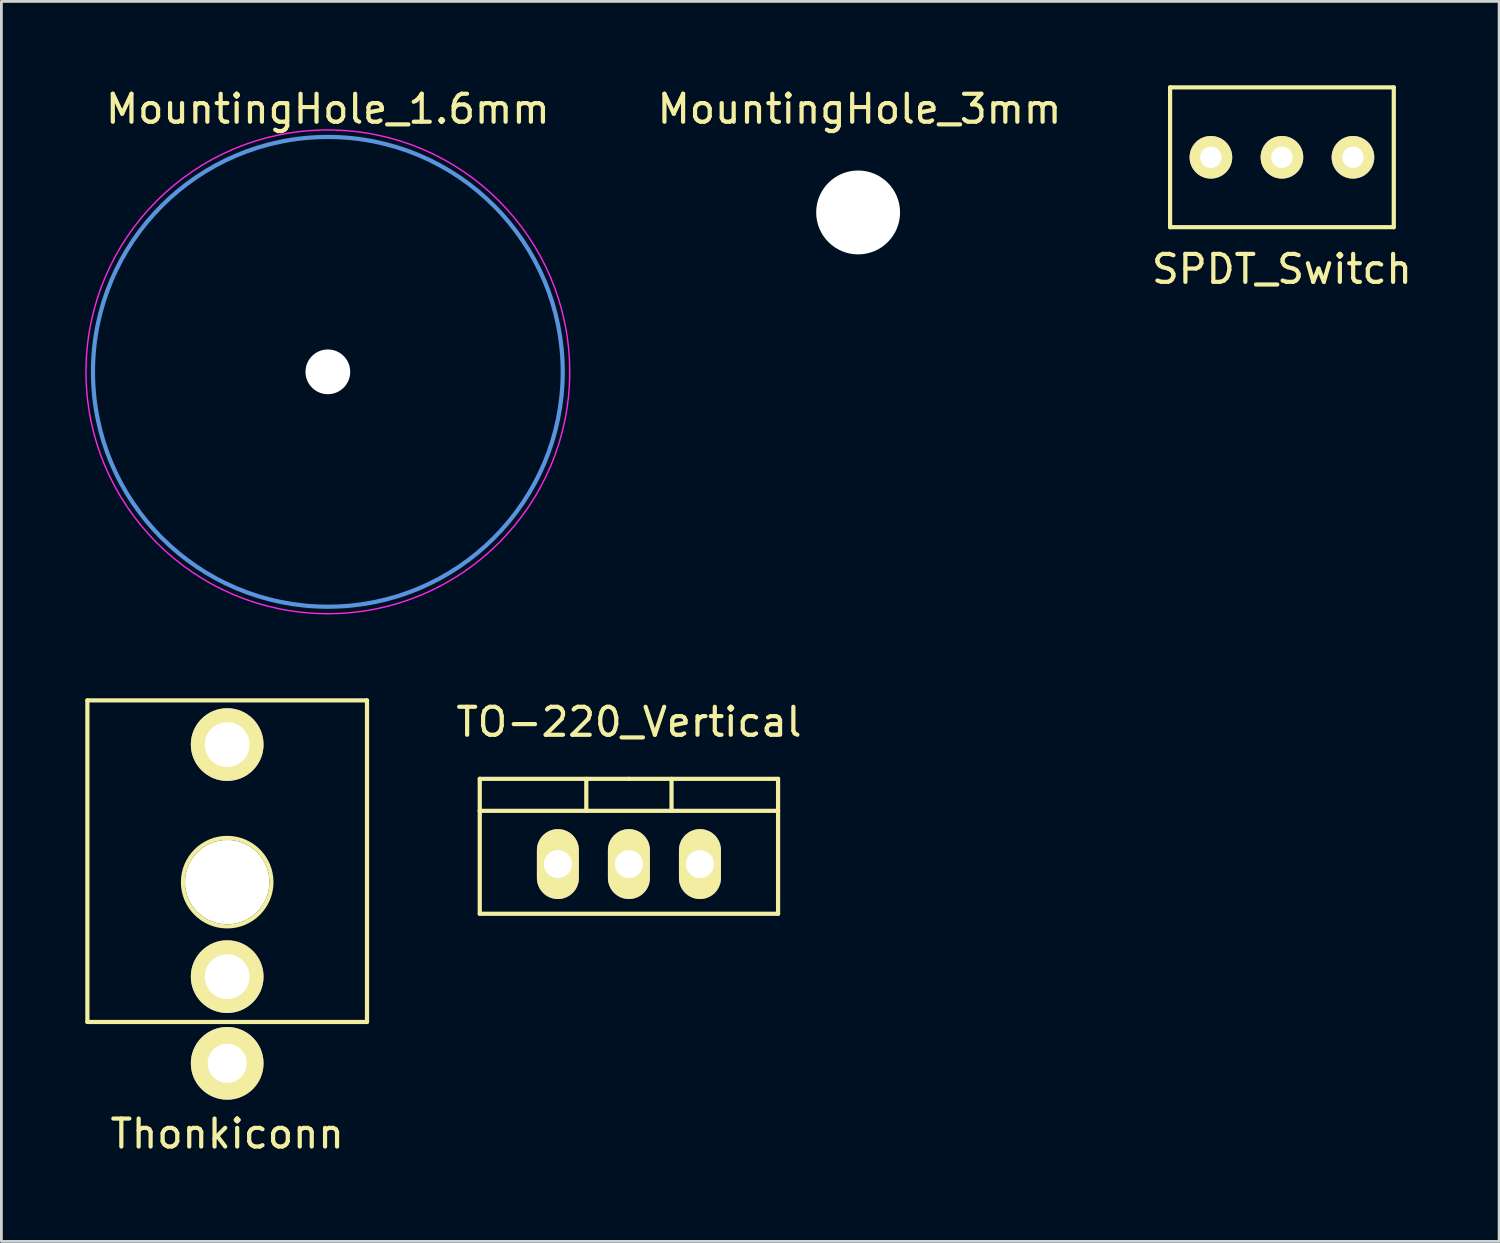
<source format=kicad_pcb>
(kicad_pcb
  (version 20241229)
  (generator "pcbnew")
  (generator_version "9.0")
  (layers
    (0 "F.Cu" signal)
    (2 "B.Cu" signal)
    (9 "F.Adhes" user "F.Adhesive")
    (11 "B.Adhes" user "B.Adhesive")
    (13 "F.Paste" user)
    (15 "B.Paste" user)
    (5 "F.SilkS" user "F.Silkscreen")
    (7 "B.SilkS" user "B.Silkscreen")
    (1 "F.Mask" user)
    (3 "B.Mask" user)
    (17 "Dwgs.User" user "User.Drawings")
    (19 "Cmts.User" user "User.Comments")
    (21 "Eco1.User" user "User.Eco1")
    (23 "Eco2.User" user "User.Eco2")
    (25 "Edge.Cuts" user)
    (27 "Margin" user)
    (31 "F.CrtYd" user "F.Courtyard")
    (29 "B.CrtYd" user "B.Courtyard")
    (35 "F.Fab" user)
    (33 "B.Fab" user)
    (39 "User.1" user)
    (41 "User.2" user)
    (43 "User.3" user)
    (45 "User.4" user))
  (footprint "Thonkiconn"
    (layer "F.Cu")
    (at 5.075 28.498)
    (property "Reference" "Thonkiconn" (at 0 9 0) (layer "F.SilkS") (effects (font (size 1 1) (thickness 0.15))))
    (attr through_hole)
    (fp_line (start -5 -6.5) (end -5 5) (stroke (width 0.15) (type solid)) (layer "F.SilkS"))
    (fp_line (start -5 5) (end 5 5) (stroke (width 0.15) (type solid)) (layer "F.SilkS"))
    (fp_line (start 5 -6.5) (end -5 -6.5) (stroke (width 0.15) (type solid)) (layer "F.SilkS"))
    (fp_line (start 5 5) (end 5 -6.5) (stroke (width 0.15) (type solid)) (layer "F.SilkS"))
    (fp_circle (center 0 0) (end 1.5 -0.5) (stroke (width 0.15) (type solid)) (fill no) (layer "F.SilkS"))
    (pad "" thru_hole circle (at 0 0) (size 3 3) (drill 3) (layers "*.Cu" "*.Mask" "F.SilkS"))
    (pad "1" thru_hole circle (at 0 6.48) (size 2.6 2.6) (drill 1.4) (layers "*.Cu" "*.Mask" "F.SilkS"))
    (pad "2" thru_hole circle (at 0 3.38) (size 2.6 2.6) (drill 1.6) (layers "*.Cu" "*.Mask" "F.SilkS"))
    (pad "3" thru_hole circle (at 0 -4.92) (size 2.6 2.6) (drill 1.6) (layers "*.Cu" "*.Mask" "F.SilkS")))
  (footprint "TO-220_Vertical"
    (layer "F.Cu")
    (at 19.442 27.852)
    (property "Reference" "TO-220_Vertical" (at 0 -5.08 0) (layer "F.SilkS") (effects (font (size 1 1) (thickness 0.15))))
    (attr through_hole)
    (fp_line (start -5.334 -1.905) (end -5.334 -3.048) (stroke (width 0.15) (type solid)) (layer "F.SilkS"))
    (fp_line (start -5.334 1.778) (end -5.334 -1.905) (stroke (width 0.15) (type solid)) (layer "F.SilkS"))
    (fp_line (start -1.524 -3.048) (end -1.524 -1.905) (stroke (width 0.15) (type solid)) (layer "F.SilkS"))
    (fp_line (start 0 -3.048) (end -5.334 -3.048) (stroke (width 0.15) (type solid)) (layer "F.SilkS"))
    (fp_line (start 0 -3.048) (end 5.334 -3.048) (stroke (width 0.15) (type solid)) (layer "F.SilkS"))
    (fp_line (start 1.524 -3.048) (end 1.524 -1.905) (stroke (width 0.15) (type solid)) (layer "F.SilkS"))
    (fp_line (start 5.334 -3.048) (end 5.334 -1.905) (stroke (width 0.15) (type solid)) (layer "F.SilkS"))
    (fp_line (start 5.334 -1.905) (end -5.334 -1.905) (stroke (width 0.15) (type solid)) (layer "F.SilkS"))
    (fp_line (start 5.334 -1.905) (end 5.334 1.778) (stroke (width 0.15) (type solid)) (layer "F.SilkS"))
    (fp_line (start 5.334 1.778) (end -5.334 1.778) (stroke (width 0.15) (type solid)) (layer "F.SilkS"))
    (pad "GND" thru_hole oval (at 0 0 90) (size 2.499 1.501) (drill 1.001) (layers "*.Cu" "*.Mask" "F.SilkS"))
    (pad "VI" thru_hole oval (at -2.54 0 90) (size 2.499 1.501) (drill 1.001) (layers "*.Cu" "*.Mask" "F.SilkS"))
    (pad "VO" thru_hole oval (at 2.54 0 90) (size 2.499 1.501) (drill 1.001) (layers "*.Cu" "*.Mask" "F.SilkS")))
  (footprint "SPDT_Switch"
    (layer "F.Cu")
    (at 42.796 2.575)
    (property "Reference" "SPDT_Switch" (at 0 4 0) (layer "F.SilkS") (effects (font (size 1 1) (thickness 0.15))))
    (attr through_hole)
    (fp_line (start -4 -2.5) (end 4 -2.5) (stroke (width 0.15) (type solid)) (layer "F.SilkS"))
    (fp_line (start -4 2.5) (end -4 -2.5) (stroke (width 0.15) (type solid)) (layer "F.SilkS"))
    (fp_line (start 4 -2.5) (end 4 2.5) (stroke (width 0.15) (type solid)) (layer "F.SilkS"))
    (fp_line (start 4 2.5) (end -4 2.5) (stroke (width 0.15) (type solid)) (layer "F.SilkS"))
    (pad "1" thru_hole circle (at -2.54 0) (size 1.524 1.524) (drill 0.762) (layers "*.Cu" "*.Mask" "F.SilkS"))
    (pad "2" thru_hole circle (at 0 0) (size 1.524 1.524) (drill 0.762) (layers "*.Cu" "*.Mask" "F.SilkS"))
    (pad "3" thru_hole circle (at 2.54 0) (size 1.524 1.524) (drill 0.762) (layers "*.Cu" "*.Mask" "F.SilkS")))
  (footprint "MountingHole_1.6mm"
    (layer "F.Cu")
    (at 8.675 10.248)
    (property "Reference" "MountingHole_1.6mm" (at 0 -9.4 0) (layer "F.SilkS") (effects (font (size 1 1) (thickness 0.15))))
    (attr through_hole)
    (fp_circle (center 0 0) (end 8.4 0) (stroke (width 0.15) (type solid)) (fill no) (layer "Cmts.User"))
    (fp_circle (center 0 0) (end 8.65 0) (stroke (width 0.05) (type solid)) (fill no) (layer "F.CrtYd"))
    (pad "" np_thru_hole circle (at 0 0) (size 1.6 1.6) (drill 1.6) (layers "*.Cu" "*.Mask")))
  (footprint "MountingHole_3mm"
    (layer "F.Cu")
    (at 27.639 4.548)
    (property "Reference" "MountingHole_3mm" (at 0.05 -3.7 0) (layer "F.SilkS") (effects (font (size 1 1) (thickness 0.15))))
    (attr through_hole)
    (pad "" np_thru_hole circle (at 0 0) (size 3 3) (drill 3) (layers "*.Cu" "*.Mask")))
  (gr_rect
    (start -3 -3)
    (end 50.564 41.346)
    (stroke (width 0.1) (type default))
    (fill no)
    (layer "Edge.Cuts")))
</source>
